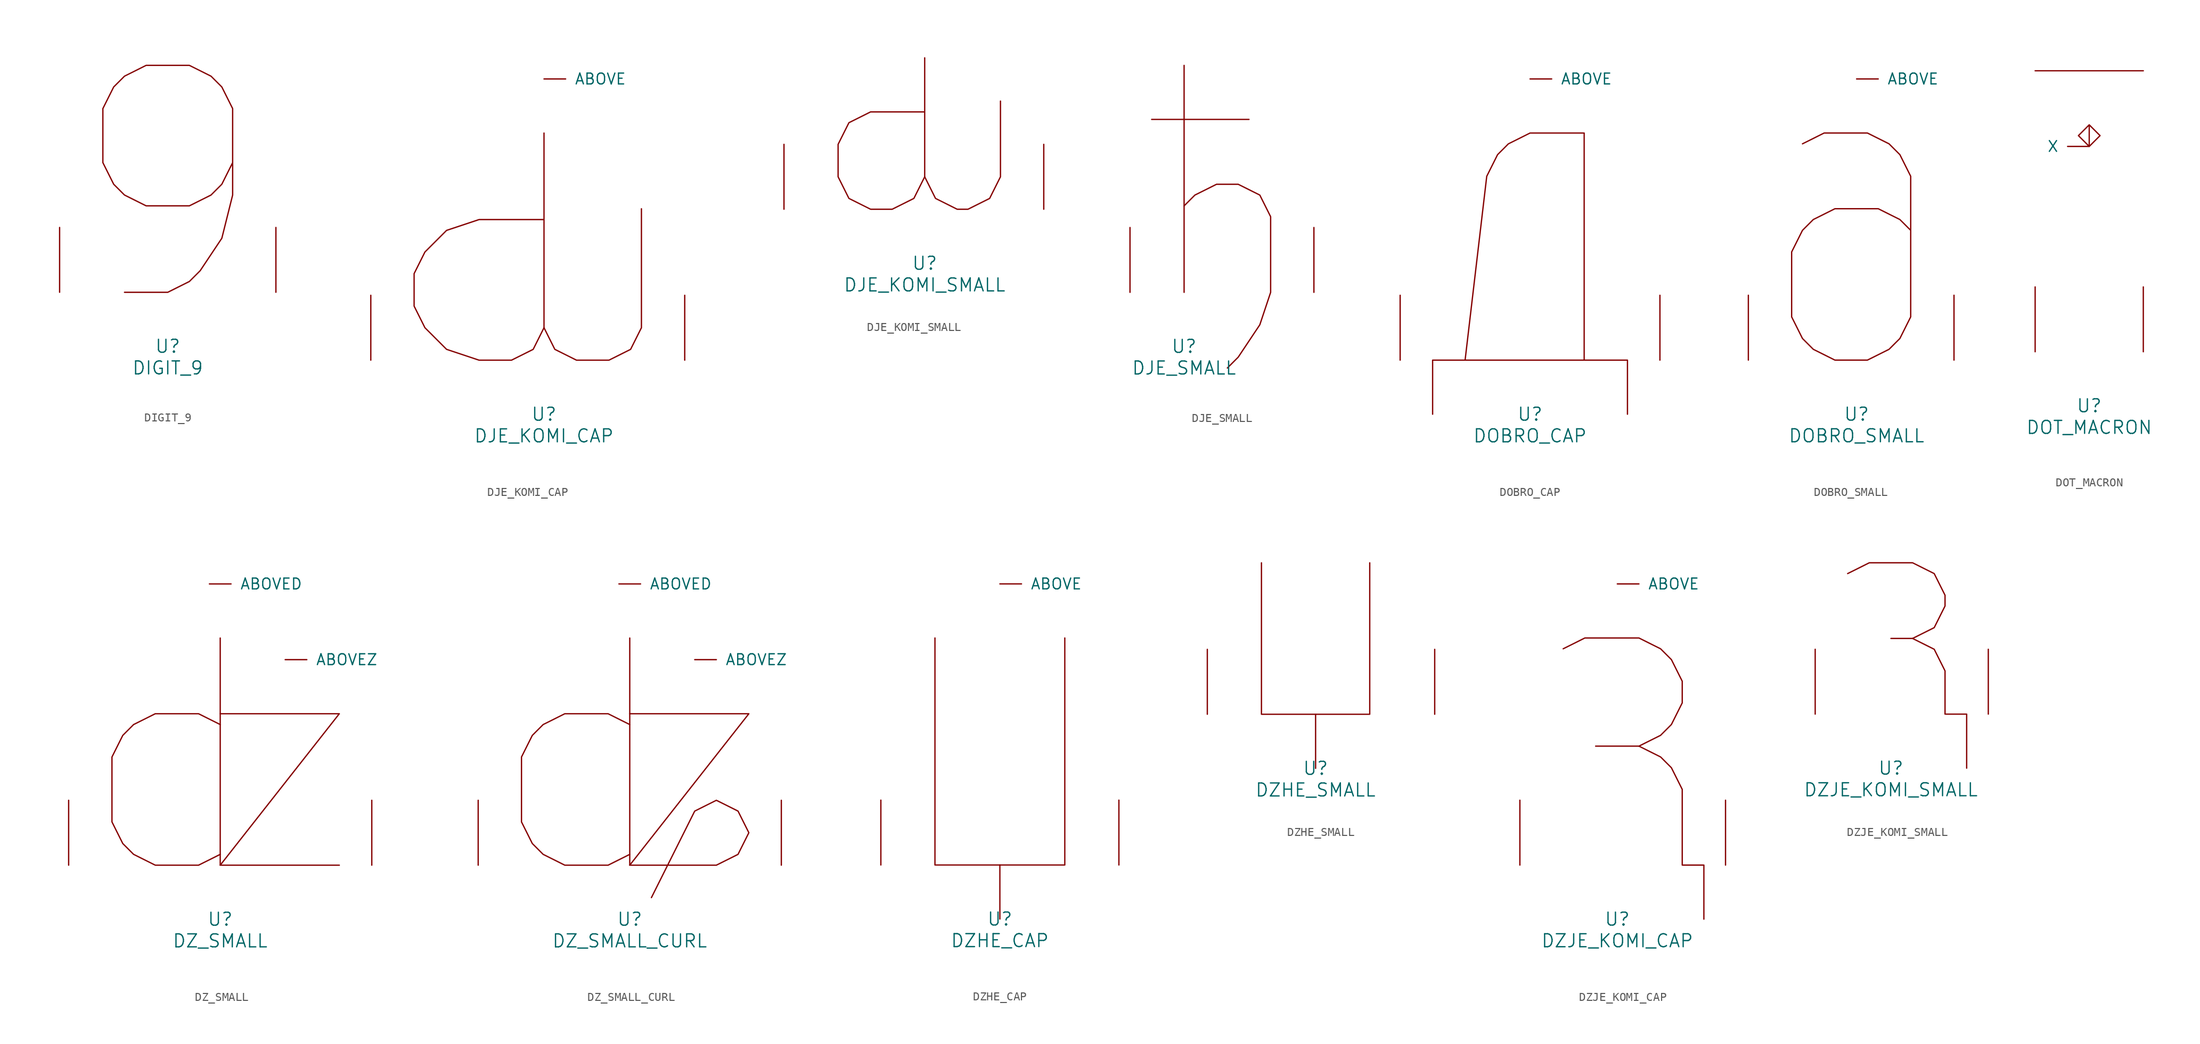
<source format=kicad_sym>
(kicad_symbol_lib
  (version 20220914)
  (generator font_lib2sym)
  (symbol "DIGIT_9"
    (pin_names
      (offset 1.016))
    (property "Reference" "U"
      (at 0 -6.35 0)
      (effects (font (size 1.524 1.524))))
    (property "Value" "DIGIT_9"
      (at 0 -8.89 0)
      (effects (font (size 1.524 1.524))))
    (symbol "DIGIT_9_0_1"
      (polyline (pts (xy -5.08 0) (xy 0 0) (xy 2.54 1.27) (xy 3.81 2.54) (xy 6.35 6.35) (xy 7.62 11.43) (xy 7.62 21.59) (xy 6.35 24.13) (xy 5.08 25.4) (xy 2.54 26.67) (xy -2.54 26.67) (xy -5.08 25.4) (xy -6.35 24.13) (xy -7.62 21.59) (xy -7.62 15.24) (xy -6.35 12.7) (xy -5.08 11.43) (xy -2.54 10.16) (xy 2.54 10.16) (xy 5.08 11.43) (xy 6.35 12.7) (xy 7.62 15.24)) (stroke (width 0) (type solid)) (fill (type none)))
      (pin input line (at -12.7 0 90) (length 7.62) (name "~" (effects (font (size 1.27 1.27)))) (number "~" (effects (font (size 1.27 1.27)))))
      (pin input line (at 12.7 0 90) (length 7.62) (name "~" (effects (font (size 1.27 1.27)))) (number "~" (effects (font (size 1.27 1.27)))))))
  (symbol "DJE_KOMI_CAP"
    (pin_names
      (offset 1.016))
    (property "Reference" "U"
      (at 0 -6.35 0)
      (effects (font (size 1.524 1.524))))
    (property "Value" "DJE_KOMI_CAP"
      (at 0 -8.89 0)
      (effects (font (size 1.524 1.524))))
    (symbol "DJE_KOMI_CAP_0_1"
      (polyline (pts (xy 0 3.81) (xy 1.27 1.27) (xy 3.81 0) (xy 7.62 0) (xy 10.16 1.27) (xy 11.43 3.81) (xy 11.43 17.78)) (stroke (width 0) (type solid)) (fill (type none)))
      (polyline (pts (xy 0 26.67) (xy 0 3.81) (xy -1.27 1.27) (xy -3.81 0) (xy -7.62 0) (xy -11.43 1.27) (xy -13.97 3.81) (xy -15.24 6.35) (xy -15.24 10.16) (xy -13.97 12.7) (xy -11.43 15.24) (xy -7.62 16.51) (xy 0 16.51)) (stroke (width 0) (type solid)) (fill (type none)))
      (pin input line (at 0 33.02 0) (length 2.54) (name "ABOVE" (effects (font (size 1.27 1.27)))) (number "~" (effects (font (size 1.27 1.27)))))
      (pin input line (at -20.32 0 90) (length 7.62) (name "~" (effects (font (size 1.27 1.27)))) (number "~" (effects (font (size 1.27 1.27)))))
      (pin input line (at 16.51 0 90) (length 7.62) (name "~" (effects (font (size 1.27 1.27)))) (number "~" (effects (font (size 1.27 1.27)))))))
  (symbol "DJE_KOMI_SMALL"
    (pin_names
      (offset 1.016))
    (property "Reference" "U"
      (at 0 -6.35 0)
      (effects (font (size 1.524 1.524))))
    (property "Value" "DJE_KOMI_SMALL"
      (at 0 -8.89 0)
      (effects (font (size 1.524 1.524))))
    (symbol "DJE_KOMI_SMALL_0_1"
      (polyline (pts (xy 0 3.81) (xy 1.27 1.27) (xy 3.81 0) (xy 5.08 0) (xy 7.62 1.27) (xy 8.89 3.81) (xy 8.89 12.7)) (stroke (width 0) (type solid)) (fill (type none)))
      (polyline (pts (xy 0 17.78) (xy 0 3.81) (xy -1.27 1.27) (xy -3.81 0) (xy -6.35 0) (xy -8.89 1.27) (xy -10.16 3.81) (xy -10.16 7.62) (xy -8.89 10.16) (xy -6.35 11.43) (xy 0 11.43)) (stroke (width 0) (type solid)) (fill (type none)))
      (pin input line (at -16.51 0 90) (length 7.62) (name "~" (effects (font (size 1.27 1.27)))) (number "~" (effects (font (size 1.27 1.27)))))
      (pin input line (at 13.97 0 90) (length 7.62) (name "~" (effects (font (size 1.27 1.27)))) (number "~" (effects (font (size 1.27 1.27)))))))
  (symbol "DJE_SMALL"
    (pin_names
      (offset 1.016))
    (property "Reference" "U"
      (at 0 -6.35 0)
      (effects (font (size 1.524 1.524))))
    (property "Value" "DJE_SMALL"
      (at 0 -8.89 0)
      (effects (font (size 1.524 1.524))))
    (symbol "DJE_SMALL_0_1"
      (polyline (pts (xy -3.81 20.32) (xy 7.62 20.32)) (stroke (width 0) (type solid)) (fill (type none)))
      (polyline (pts (xy 0 26.67) (xy 0 0)) (stroke (width 0) (type solid)) (fill (type none)))
      (polyline (pts (xy 0 10.16) (xy 1.27 11.43) (xy 3.81 12.7) (xy 6.35 12.7) (xy 8.89 11.43) (xy 10.16 8.89) (xy 10.16 0) (xy 8.89 -3.81) (xy 6.35 -7.62) (xy 5.08 -8.89)) (stroke (width 0) (type solid)) (fill (type none)))
      (pin input line (at -6.35 0 90) (length 7.62) (name "~" (effects (font (size 1.27 1.27)))) (number "~" (effects (font (size 1.27 1.27)))))
      (pin input line (at 15.24 0 90) (length 7.62) (name "~" (effects (font (size 1.27 1.27)))) (number "~" (effects (font (size 1.27 1.27)))))))
  (symbol "DOBRO_CAP"
    (pin_names
      (offset 1.016))
    (property "Reference" "U"
      (at 0 -6.35 0)
      (effects (font (size 1.524 1.524))))
    (property "Value" "DOBRO_CAP"
      (at 0 -8.89 0)
      (effects (font (size 1.524 1.524))))
    (symbol "DOBRO_CAP_0_1"
      (polyline (pts (xy 11.43 -6.35) (xy 11.43 0) (xy -11.43 0) (xy -11.43 -6.35)) (stroke (width 0) (type solid)) (fill (type none)))
      (polyline (pts (xy 6.35 0) (xy 6.35 26.67) (xy 0 26.67) (xy -2.54 25.4) (xy -3.81 24.13) (xy -5.08 21.59) (xy -7.62 0)) (stroke (width 0) (type solid)) (fill (type none)))
      (pin input line (at 0 33.02 0) (length 2.54) (name "ABOVE" (effects (font (size 1.27 1.27)))) (number "~" (effects (font (size 1.27 1.27)))))
      (pin input line (at -15.24 0 90) (length 7.62) (name "~" (effects (font (size 1.27 1.27)))) (number "~" (effects (font (size 1.27 1.27)))))
      (pin input line (at 15.24 0 90) (length 7.62) (name "~" (effects (font (size 1.27 1.27)))) (number "~" (effects (font (size 1.27 1.27)))))))
  (symbol "DOBRO_SMALL"
    (pin_names
      (offset 1.016))
    (property "Reference" "U"
      (at 0 -6.35 0)
      (effects (font (size 1.524 1.524))))
    (property "Value" "DOBRO_SMALL"
      (at 0 -8.89 0)
      (effects (font (size 1.524 1.524))))
    (symbol "DOBRO_SMALL_0_1"
      (polyline (pts (xy 6.35 15.24) (xy 5.08 16.51) (xy 2.54 17.78) (xy -2.54 17.78) (xy -5.08 16.51) (xy -6.35 15.24) (xy -7.62 12.7) (xy -7.62 5.08) (xy -6.35 2.54) (xy -5.08 1.27) (xy -2.54 0) (xy 1.27 0) (xy 3.81 1.27) (xy 5.08 2.54) (xy 6.35 5.08) (xy 6.35 21.59) (xy 5.08 24.13) (xy 3.81 25.4) (xy 1.27 26.67) (xy -3.81 26.67) (xy -6.35 25.4)) (stroke (width 0) (type solid)) (fill (type none)))
      (pin input line (at 0 33.02 0) (length 2.54) (name "ABOVE" (effects (font (size 1.27 1.27)))) (number "~" (effects (font (size 1.27 1.27)))))
      (pin input line (at -12.7 0 90) (length 7.62) (name "~" (effects (font (size 1.27 1.27)))) (number "~" (effects (font (size 1.27 1.27)))))
      (pin input line (at 11.43 0 90) (length 7.62) (name "~" (effects (font (size 1.27 1.27)))) (number "~" (effects (font (size 1.27 1.27)))))))
  (symbol "DOT_MACRON"
    (pin_names
      (offset 1.016))
    (property "Reference" "U"
      (at 0 -6.35 0)
      (effects (font (size 1.524 1.524))))
    (property "Value" "DOT_MACRON"
      (at 0 -8.89 0)
      (effects (font (size 1.524 1.524))))
    (symbol "DOT_MACRON_0_1"
      (polyline (pts (xy -6.35 33.02) (xy 6.35 33.02)) (stroke (width 0) (type solid)) (fill (type none)))
      (polyline (pts (xy 0 26.67) (xy 1.27 25.4) (xy 0 24.13) (xy -1.27 25.4) (xy 0 26.67) (xy 0 24.13)) (stroke (width 0) (type solid)) (fill (type none)))
      (pin input line (at 0 24.13 180) (length 2.54) (name "X" (effects (font (size 1.27 1.27)))) (number "~" (effects (font (size 1.27 1.27)))))
      (pin input line (at -6.35 0 90) (length 7.62) (name "~" (effects (font (size 1.27 1.27)))) (number "~" (effects (font (size 1.27 1.27)))))
      (pin input line (at 6.35 0 90) (length 7.62) (name "~" (effects (font (size 1.27 1.27)))) (number "~" (effects (font (size 1.27 1.27)))))))
  (symbol "DZ_SMALL"
    (pin_names
      (offset 1.016))
    (property "Reference" "U"
      (at 0 -6.35 0)
      (effects (font (size 1.524 1.524))))
    (property "Value" "DZ_SMALL"
      (at 0 -8.89 0)
      (effects (font (size 1.524 1.524))))
    (symbol "DZ_SMALL_0_1"
      (polyline (pts (xy 0 0) (xy 0 26.67)) (stroke (width 0) (type solid)) (fill (type none)))
      (polyline (pts (xy 0 17.78) (xy 13.97 17.78) (xy 0 0) (xy 13.97 0)) (stroke (width 0) (type solid)) (fill (type none)))
      (polyline (pts (xy 0 1.27) (xy -2.54 0) (xy -7.62 0) (xy -10.16 1.27) (xy -11.43 2.54) (xy -12.7 5.08) (xy -12.7 12.7) (xy -11.43 15.24) (xy -10.16 16.51) (xy -7.62 17.78) (xy -2.54 17.78) (xy 0 16.51)) (stroke (width 0) (type solid)) (fill (type none)))
      (pin input line (at -1.27 33.02 0) (length 2.54) (name "ABOVED" (effects (font (size 1.27 1.27)))) (number "~" (effects (font (size 1.27 1.27)))))
      (pin input line (at 7.62 24.13 0) (length 2.54) (name "ABOVEZ" (effects (font (size 1.27 1.27)))) (number "~" (effects (font (size 1.27 1.27)))))
      (pin input line (at -17.78 0 90) (length 7.62) (name "~" (effects (font (size 1.27 1.27)))) (number "~" (effects (font (size 1.27 1.27)))))
      (pin input line (at 17.78 0 90) (length 7.62) (name "~" (effects (font (size 1.27 1.27)))) (number "~" (effects (font (size 1.27 1.27)))))))
  (symbol "DZ_SMALL_CURL"
    (pin_names
      (offset 1.016))
    (property "Reference" "U"
      (at 0 -6.35 0)
      (effects (font (size 1.524 1.524))))
    (property "Value" "DZ_SMALL_CURL"
      (at 0 -8.89 0)
      (effects (font (size 1.524 1.524))))
    (symbol "DZ_SMALL_CURL_0_1"
      (polyline (pts (xy 0 0) (xy 0 26.67)) (stroke (width 0) (type solid)) (fill (type none)))
      (polyline (pts (xy 0 17.78) (xy 13.97 17.78) (xy 0 0) (xy 10.16 0) (xy 12.7 1.27) (xy 13.97 3.81) (xy 12.7 6.35) (xy 10.16 7.62) (xy 7.62 6.35) (xy 2.54 -3.81)) (stroke (width 0) (type solid)) (fill (type none)))
      (polyline (pts (xy 0 1.27) (xy -2.54 0) (xy -7.62 0) (xy -10.16 1.27) (xy -11.43 2.54) (xy -12.7 5.08) (xy -12.7 12.7) (xy -11.43 15.24) (xy -10.16 16.51) (xy -7.62 17.78) (xy -2.54 17.78) (xy 0 16.51)) (stroke (width 0) (type solid)) (fill (type none)))
      (pin input line (at -1.27 33.02 0) (length 2.54) (name "ABOVED" (effects (font (size 1.27 1.27)))) (number "~" (effects (font (size 1.27 1.27)))))
      (pin input line (at 7.62 24.13 0) (length 2.54) (name "ABOVEZ" (effects (font (size 1.27 1.27)))) (number "~" (effects (font (size 1.27 1.27)))))
      (pin input line (at -17.78 0 90) (length 7.62) (name "~" (effects (font (size 1.27 1.27)))) (number "~" (effects (font (size 1.27 1.27)))))
      (pin input line (at 17.78 0 90) (length 7.62) (name "~" (effects (font (size 1.27 1.27)))) (number "~" (effects (font (size 1.27 1.27)))))))
  (symbol "DZHE_CAP"
    (pin_names
      (offset 1.016))
    (property "Reference" "U"
      (at 0 -6.35 0)
      (effects (font (size 1.524 1.524))))
    (property "Value" "DZHE_CAP"
      (at 0 -8.89 0)
      (effects (font (size 1.524 1.524))))
    (symbol "DZHE_CAP_0_1"
      (polyline (pts (xy 0 0) (xy 0 -6.35)) (stroke (width 0) (type solid)) (fill (type none)))
      (polyline (pts (xy -7.62 26.67) (xy -7.62 0) (xy 7.62 0) (xy 7.62 26.67)) (stroke (width 0) (type solid)) (fill (type none)))
      (pin input line (at 0 33.02 0) (length 2.54) (name "ABOVE" (effects (font (size 1.27 1.27)))) (number "~" (effects (font (size 1.27 1.27)))))
      (pin input line (at -13.97 0 90) (length 7.62) (name "~" (effects (font (size 1.27 1.27)))) (number "~" (effects (font (size 1.27 1.27)))))
      (pin input line (at 13.97 0 90) (length 7.62) (name "~" (effects (font (size 1.27 1.27)))) (number "~" (effects (font (size 1.27 1.27)))))))
  (symbol "DZHE_SMALL"
    (pin_names
      (offset 1.016))
    (property "Reference" "U"
      (at 0 -6.35 0)
      (effects (font (size 1.524 1.524))))
    (property "Value" "DZHE_SMALL"
      (at 0 -8.89 0)
      (effects (font (size 1.524 1.524))))
    (symbol "DZHE_SMALL_0_1"
      (polyline (pts (xy 0 0) (xy 0 -6.35)) (stroke (width 0) (type solid)) (fill (type none)))
      (polyline (pts (xy -6.35 17.78) (xy -6.35 0) (xy 6.35 0) (xy 6.35 17.78)) (stroke (width 0) (type solid)) (fill (type none)))
      (pin input line (at -12.7 0 90) (length 7.62) (name "~" (effects (font (size 1.27 1.27)))) (number "~" (effects (font (size 1.27 1.27)))))
      (pin input line (at 13.97 0 90) (length 7.62) (name "~" (effects (font (size 1.27 1.27)))) (number "~" (effects (font (size 1.27 1.27)))))))
  (symbol "DZJE_KOMI_CAP"
    (pin_names
      (offset 1.016))
    (property "Reference" "U"
      (at 0 -6.35 0)
      (effects (font (size 1.524 1.524))))
    (property "Value" "DZJE_KOMI_CAP"
      (at 0 -8.89 0)
      (effects (font (size 1.524 1.524))))
    (symbol "DZJE_KOMI_CAP_0_1"
      (polyline (pts (xy -2.54 13.97) (xy 2.54 13.97)) (stroke (width 0) (type solid)) (fill (type none)))
      (polyline (pts (xy -6.35 25.4) (xy -3.81 26.67) (xy 2.54 26.67) (xy 5.08 25.4) (xy 6.35 24.13) (xy 7.62 21.59) (xy 7.62 19.05) (xy 6.35 16.51) (xy 5.08 15.24) (xy 2.54 13.97) (xy 5.08 12.7) (xy 6.35 11.43) (xy 7.62 8.89) (xy 7.62 0) (xy 10.16 0) (xy 10.16 -6.35)) (stroke (width 0) (type solid)) (fill (type none)))
      (pin input line (at 0 33.02 0) (length 2.54) (name "ABOVE" (effects (font (size 1.27 1.27)))) (number "~" (effects (font (size 1.27 1.27)))))
      (pin input line (at -11.43 0 90) (length 7.62) (name "~" (effects (font (size 1.27 1.27)))) (number "~" (effects (font (size 1.27 1.27)))))
      (pin input line (at 12.7 0 90) (length 7.62) (name "~" (effects (font (size 1.27 1.27)))) (number "~" (effects (font (size 1.27 1.27)))))))
  (symbol "DZJE_KOMI_SMALL"
    (pin_names
      (offset 1.016))
    (property "Reference" "U"
      (at 0 -6.35 0)
      (effects (font (size 1.524 1.524))))
    (property "Value" "DZJE_KOMI_SMALL"
      (at 0 -8.89 0)
      (effects (font (size 1.524 1.524))))
    (symbol "DZJE_KOMI_SMALL_0_1"
      (polyline (pts (xy 0 8.89) (xy 2.54 8.89)) (stroke (width 0) (type solid)) (fill (type none)))
      (polyline (pts (xy -5.08 16.51) (xy -2.54 17.78) (xy 2.54 17.78) (xy 5.08 16.51) (xy 6.35 13.97) (xy 6.35 12.7) (xy 5.08 10.16) (xy 2.54 8.89) (xy 5.08 7.62) (xy 6.35 5.08) (xy 6.35 0) (xy 8.89 0) (xy 8.89 -6.35)) (stroke (width 0) (type solid)) (fill (type none)))
      (pin input line (at -8.89 0 90) (length 7.62) (name "~" (effects (font (size 1.27 1.27)))) (number "~" (effects (font (size 1.27 1.27)))))
      (pin input line (at 11.43 0 90) (length 7.62) (name "~" (effects (font (size 1.27 1.27)))) (number "~" (effects (font (size 1.27 1.27))))))))
</source>
